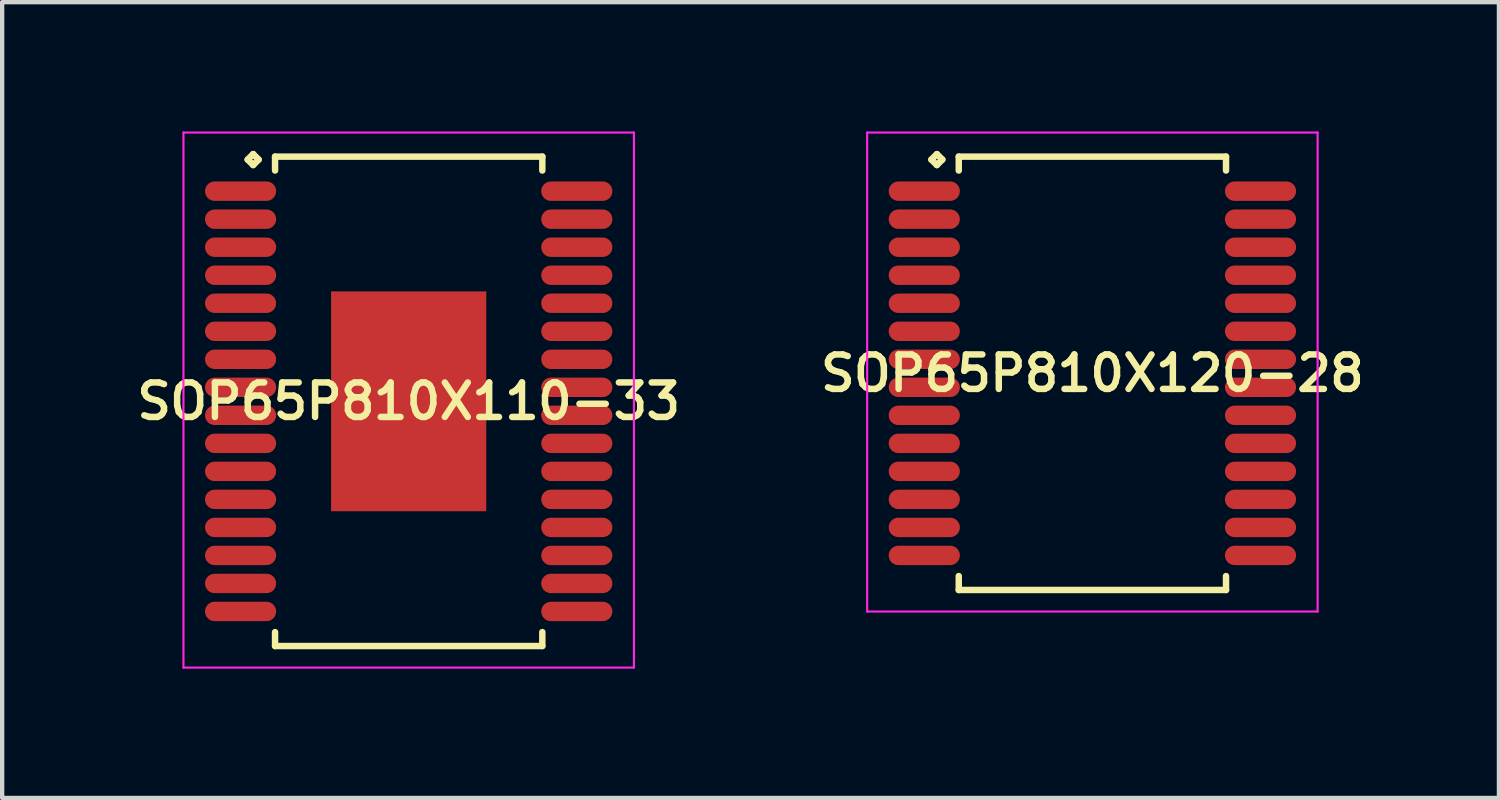
<source format=kicad_pcb>
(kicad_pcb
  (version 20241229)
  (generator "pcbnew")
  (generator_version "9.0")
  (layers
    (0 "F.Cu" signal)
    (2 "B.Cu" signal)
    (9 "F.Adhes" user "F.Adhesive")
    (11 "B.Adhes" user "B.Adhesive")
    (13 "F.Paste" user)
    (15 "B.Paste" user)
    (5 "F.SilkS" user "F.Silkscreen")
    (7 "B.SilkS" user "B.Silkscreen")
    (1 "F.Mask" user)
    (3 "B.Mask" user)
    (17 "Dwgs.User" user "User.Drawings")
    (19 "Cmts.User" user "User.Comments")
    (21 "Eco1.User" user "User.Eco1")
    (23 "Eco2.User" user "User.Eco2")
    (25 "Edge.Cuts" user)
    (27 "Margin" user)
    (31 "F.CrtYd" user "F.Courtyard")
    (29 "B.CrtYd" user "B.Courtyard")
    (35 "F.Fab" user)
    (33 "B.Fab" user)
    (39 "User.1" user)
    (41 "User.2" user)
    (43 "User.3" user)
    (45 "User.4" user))
  (footprint "SOP65P810X120-28"
    (layer "F.Cu")
    (at 22.292 5.61)
    (property "Reference" "SOP65P810X120-28" (at 0 0 0) (layer "F.SilkS") (effects (font (size 0.8 0.8) (thickness 0.15))))
    (attr smd)
    (fp_line (start -3.735 -4.958) (end -3.608 -5.085) (stroke (width 0.15) (type solid)) (layer "F.SilkS"))
    (fp_line (start -3.608 -5.085) (end -3.481 -4.958) (stroke (width 0.15) (type solid)) (layer "F.SilkS"))
    (fp_line (start -3.608 -4.831) (end -3.735 -4.958) (stroke (width 0.15) (type solid)) (layer "F.SilkS"))
    (fp_line (start -3.481 -4.958) (end -3.608 -4.831) (stroke (width 0.15) (type solid)) (layer "F.SilkS"))
    (fp_line (start -3.1 -5.027) (end 3.1 -5.027) (stroke (width 0.15) (type solid)) (layer "F.SilkS"))
    (fp_line (start -3.1 -4.704) (end -3.1 -5.027) (stroke (width 0.15) (type solid)) (layer "F.SilkS"))
    (fp_line (start -3.1 4.704) (end -3.1 5.027) (stroke (width 0.15) (type solid)) (layer "F.SilkS"))
    (fp_line (start -3.1 5.027) (end 3.1 5.027) (stroke (width 0.15) (type solid)) (layer "F.SilkS"))
    (fp_line (start 3.1 -5.027) (end 3.1 -4.704) (stroke (width 0.15) (type solid)) (layer "F.SilkS"))
    (fp_line (start 3.1 5.027) (end 3.1 4.704) (stroke (width 0.15) (type solid)) (layer "F.SilkS"))
    (fp_line (start -5.225 -5.585) (end 5.225 -5.585) (stroke (width 0.05) (type solid)) (layer "F.CrtYd"))
    (fp_line (start -5.225 5.527) (end -5.225 -5.585) (stroke (width 0.05) (type solid)) (layer "F.CrtYd"))
    (fp_line (start 5.225 -5.585) (end 5.225 5.527) (stroke (width 0.05) (type solid)) (layer "F.CrtYd"))
    (fp_line (start 5.225 5.527) (end -5.225 5.527) (stroke (width 0.05) (type solid)) (layer "F.CrtYd"))
    (pad "1" smd oval (at -3.9 -4.225) (size 1.65 0.45) (layers "F.Cu" "F.Mask" "F.Paste"))
    (pad "2" smd oval (at -3.9 -3.575) (size 1.65 0.45) (layers "F.Cu" "F.Mask" "F.Paste"))
    (pad "3" smd oval (at -3.9 -2.925) (size 1.65 0.45) (layers "F.Cu" "F.Mask" "F.Paste"))
    (pad "4" smd oval (at -3.9 -2.275) (size 1.65 0.45) (layers "F.Cu" "F.Mask" "F.Paste"))
    (pad "5" smd oval (at -3.9 -1.625) (size 1.65 0.45) (layers "F.Cu" "F.Mask" "F.Paste"))
    (pad "6" smd oval (at -3.9 -0.975) (size 1.65 0.45) (layers "F.Cu" "F.Mask" "F.Paste"))
    (pad "7" smd oval (at -3.9 -0.325) (size 1.65 0.45) (layers "F.Cu" "F.Mask" "F.Paste"))
    (pad "8" smd oval (at -3.9 0.325) (size 1.65 0.45) (layers "F.Cu" "F.Mask" "F.Paste"))
    (pad "9" smd oval (at -3.9 0.975) (size 1.65 0.45) (layers "F.Cu" "F.Mask" "F.Paste"))
    (pad "10" smd oval (at -3.9 1.625) (size 1.65 0.45) (layers "F.Cu" "F.Mask" "F.Paste"))
    (pad "11" smd oval (at -3.9 2.275) (size 1.65 0.45) (layers "F.Cu" "F.Mask" "F.Paste"))
    (pad "12" smd oval (at -3.9 2.925) (size 1.65 0.45) (layers "F.Cu" "F.Mask" "F.Paste"))
    (pad "13" smd oval (at -3.9 3.575) (size 1.65 0.45) (layers "F.Cu" "F.Mask" "F.Paste"))
    (pad "14" smd oval (at -3.9 4.225) (size 1.65 0.45) (layers "F.Cu" "F.Mask" "F.Paste"))
    (pad "15" smd oval (at 3.9 4.225) (size 1.65 0.45) (layers "F.Cu" "F.Mask" "F.Paste"))
    (pad "16" smd oval (at 3.9 3.575) (size 1.65 0.45) (layers "F.Cu" "F.Mask" "F.Paste"))
    (pad "17" smd oval (at 3.9 2.925) (size 1.65 0.45) (layers "F.Cu" "F.Mask" "F.Paste"))
    (pad "18" smd oval (at 3.9 2.275) (size 1.65 0.45) (layers "F.Cu" "F.Mask" "F.Paste"))
    (pad "19" smd oval (at 3.9 1.625) (size 1.65 0.45) (layers "F.Cu" "F.Mask" "F.Paste"))
    (pad "20" smd oval (at 3.9 0.975) (size 1.65 0.45) (layers "F.Cu" "F.Mask" "F.Paste"))
    (pad "21" smd oval (at 3.9 0.325) (size 1.65 0.45) (layers "F.Cu" "F.Mask" "F.Paste"))
    (pad "22" smd oval (at 3.9 -0.325) (size 1.65 0.45) (layers "F.Cu" "F.Mask" "F.Paste"))
    (pad "23" smd oval (at 3.9 -0.975) (size 1.65 0.45) (layers "F.Cu" "F.Mask" "F.Paste"))
    (pad "24" smd oval (at 3.9 -1.625) (size 1.65 0.45) (layers "F.Cu" "F.Mask" "F.Paste"))
    (pad "25" smd oval (at 3.9 -2.275) (size 1.65 0.45) (layers "F.Cu" "F.Mask" "F.Paste"))
    (pad "26" smd oval (at 3.9 -2.925) (size 1.65 0.45) (layers "F.Cu" "F.Mask" "F.Paste"))
    (pad "27" smd oval (at 3.9 -3.575) (size 1.65 0.45) (layers "F.Cu" "F.Mask" "F.Paste"))
    (pad "28" smd oval (at 3.9 -4.225) (size 1.65 0.45) (layers "F.Cu" "F.Mask" "F.Paste")))
  (footprint "SOP65P810X110-33"
    (layer "F.Cu")
    (at 6.431 6.26)
    (property "Reference" "SOP65P810X110-33" (at 0 0 0) (layer "F.SilkS") (effects (font (size 0.8 0.8) (thickness 0.15))))
    (attr smd)
    (fp_line (start -3.735 -5.608) (end -3.608 -5.735) (stroke (width 0.15) (type solid)) (layer "F.SilkS"))
    (fp_line (start -3.608 -5.735) (end -3.481 -5.608) (stroke (width 0.15) (type solid)) (layer "F.SilkS"))
    (fp_line (start -3.608 -5.481) (end -3.735 -5.608) (stroke (width 0.15) (type solid)) (layer "F.SilkS"))
    (fp_line (start -3.481 -5.608) (end -3.608 -5.481) (stroke (width 0.15) (type solid)) (layer "F.SilkS"))
    (fp_line (start -3.1 -5.677) (end 3.1 -5.677) (stroke (width 0.15) (type solid)) (layer "F.SilkS"))
    (fp_line (start -3.1 -5.354) (end -3.1 -5.677) (stroke (width 0.15) (type solid)) (layer "F.SilkS"))
    (fp_line (start -3.1 5.354) (end -3.1 5.677) (stroke (width 0.15) (type solid)) (layer "F.SilkS"))
    (fp_line (start -3.1 5.677) (end 3.1 5.677) (stroke (width 0.15) (type solid)) (layer "F.SilkS"))
    (fp_line (start 3.1 -5.677) (end 3.1 -5.354) (stroke (width 0.15) (type solid)) (layer "F.SilkS"))
    (fp_line (start 3.1 5.677) (end 3.1 5.354) (stroke (width 0.15) (type solid)) (layer "F.SilkS"))
    (fp_line (start -5.225 -6.235) (end 5.225 -6.235) (stroke (width 0.05) (type solid)) (layer "F.CrtYd"))
    (fp_line (start -5.225 6.177) (end -5.225 -6.235) (stroke (width 0.05) (type solid)) (layer "F.CrtYd"))
    (fp_line (start 5.225 -6.235) (end 5.225 6.177) (stroke (width 0.05) (type solid)) (layer "F.CrtYd"))
    (fp_line (start 5.225 6.177) (end -5.225 6.177) (stroke (width 0.05) (type solid)) (layer "F.CrtYd"))
    (pad "1" smd oval (at -3.9 -4.875) (size 1.65 0.45) (layers "F.Cu" "F.Mask" "F.Paste"))
    (pad "2" smd oval (at -3.9 -4.225) (size 1.65 0.45) (layers "F.Cu" "F.Mask" "F.Paste"))
    (pad "3" smd oval (at -3.9 -3.575) (size 1.65 0.45) (layers "F.Cu" "F.Mask" "F.Paste"))
    (pad "4" smd oval (at -3.9 -2.925) (size 1.65 0.45) (layers "F.Cu" "F.Mask" "F.Paste"))
    (pad "5" smd oval (at -3.9 -2.275) (size 1.65 0.45) (layers "F.Cu" "F.Mask" "F.Paste"))
    (pad "6" smd oval (at -3.9 -1.625) (size 1.65 0.45) (layers "F.Cu" "F.Mask" "F.Paste"))
    (pad "7" smd oval (at -3.9 -0.975) (size 1.65 0.45) (layers "F.Cu" "F.Mask" "F.Paste"))
    (pad "8" smd oval (at -3.9 -0.325) (size 1.65 0.45) (layers "F.Cu" "F.Mask" "F.Paste"))
    (pad "9" smd oval (at -3.9 0.325) (size 1.65 0.45) (layers "F.Cu" "F.Mask" "F.Paste"))
    (pad "10" smd oval (at -3.9 0.975) (size 1.65 0.45) (layers "F.Cu" "F.Mask" "F.Paste"))
    (pad "11" smd oval (at -3.9 1.625) (size 1.65 0.45) (layers "F.Cu" "F.Mask" "F.Paste"))
    (pad "12" smd oval (at -3.9 2.275) (size 1.65 0.45) (layers "F.Cu" "F.Mask" "F.Paste"))
    (pad "13" smd oval (at -3.9 2.925) (size 1.65 0.45) (layers "F.Cu" "F.Mask" "F.Paste"))
    (pad "14" smd oval (at -3.9 3.575) (size 1.65 0.45) (layers "F.Cu" "F.Mask" "F.Paste"))
    (pad "15" smd oval (at -3.9 4.225) (size 1.65 0.45) (layers "F.Cu" "F.Mask" "F.Paste"))
    (pad "16" smd oval (at -3.9 4.875) (size 1.65 0.45) (layers "F.Cu" "F.Mask" "F.Paste"))
    (pad "17" smd oval (at 3.9 4.875) (size 1.65 0.45) (layers "F.Cu" "F.Mask" "F.Paste"))
    (pad "18" smd oval (at 3.9 4.225) (size 1.65 0.45) (layers "F.Cu" "F.Mask" "F.Paste"))
    (pad "19" smd oval (at 3.9 3.575) (size 1.65 0.45) (layers "F.Cu" "F.Mask" "F.Paste"))
    (pad "20" smd oval (at 3.9 2.925) (size 1.65 0.45) (layers "F.Cu" "F.Mask" "F.Paste"))
    (pad "21" smd oval (at 3.9 2.275) (size 1.65 0.45) (layers "F.Cu" "F.Mask" "F.Paste"))
    (pad "22" smd oval (at 3.9 1.625) (size 1.65 0.45) (layers "F.Cu" "F.Mask" "F.Paste"))
    (pad "23" smd oval (at 3.9 0.975) (size 1.65 0.45) (layers "F.Cu" "F.Mask" "F.Paste"))
    (pad "24" smd oval (at 3.9 0.325) (size 1.65 0.45) (layers "F.Cu" "F.Mask" "F.Paste"))
    (pad "25" smd oval (at 3.9 -0.325) (size 1.65 0.45) (layers "F.Cu" "F.Mask" "F.Paste"))
    (pad "26" smd oval (at 3.9 -0.975) (size 1.65 0.45) (layers "F.Cu" "F.Mask" "F.Paste"))
    (pad "27" smd oval (at 3.9 -1.625) (size 1.65 0.45) (layers "F.Cu" "F.Mask" "F.Paste"))
    (pad "28" smd oval (at 3.9 -2.275) (size 1.65 0.45) (layers "F.Cu" "F.Mask" "F.Paste"))
    (pad "29" smd oval (at 3.9 -2.925) (size 1.65 0.45) (layers "F.Cu" "F.Mask" "F.Paste"))
    (pad "30" smd oval (at 3.9 -3.575) (size 1.65 0.45) (layers "F.Cu" "F.Mask" "F.Paste"))
    (pad "31" smd oval (at 3.9 -4.225) (size 1.65 0.45) (layers "F.Cu" "F.Mask" "F.Paste"))
    (pad "32" smd oval (at 3.9 -4.875) (size 1.65 0.45) (layers "F.Cu" "F.Mask" "F.Paste"))
    (pad "33" smd rect (at 0 0) (size 3.6 5.1) (layers "F.Cu" "F.Mask" "F.Paste")))
  (gr_rect
    (start -3 -3)
    (end 31.723 15.462)
    (stroke (width 0.1) (type default))
    (fill no)
    (layer "Edge.Cuts")))
</source>
